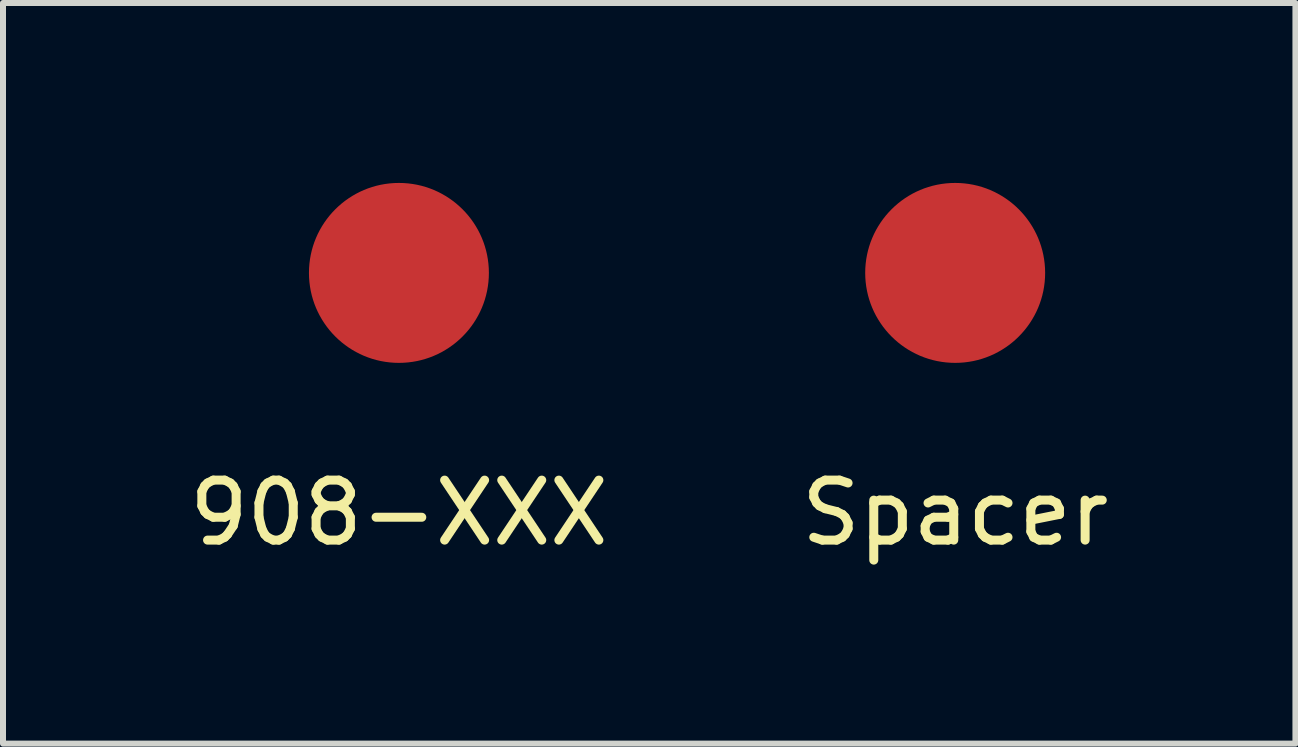
<source format=kicad_pcb>
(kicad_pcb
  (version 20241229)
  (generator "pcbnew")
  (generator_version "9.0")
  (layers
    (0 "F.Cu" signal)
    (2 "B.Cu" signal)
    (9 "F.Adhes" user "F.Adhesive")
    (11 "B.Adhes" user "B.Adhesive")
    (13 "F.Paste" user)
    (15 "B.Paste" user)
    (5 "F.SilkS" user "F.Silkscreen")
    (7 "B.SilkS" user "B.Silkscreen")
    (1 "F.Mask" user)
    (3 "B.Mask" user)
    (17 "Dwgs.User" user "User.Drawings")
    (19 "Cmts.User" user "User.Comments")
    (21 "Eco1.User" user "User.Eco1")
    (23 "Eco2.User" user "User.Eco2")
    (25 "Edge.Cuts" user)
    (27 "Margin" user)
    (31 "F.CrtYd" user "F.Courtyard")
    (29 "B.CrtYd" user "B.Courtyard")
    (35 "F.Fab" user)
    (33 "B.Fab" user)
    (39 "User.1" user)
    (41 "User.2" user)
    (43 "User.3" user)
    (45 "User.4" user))
  (footprint "908-XXX"
    (layer "F.Cu")
    (at 3.601 1.5)
    (property "Reference" "908-XXX" (at 0 4 0) (layer "F.SilkS") (effects (font (size 1 1) (thickness 0.15))))
    (attr through_hole)
    (pad "" smd circle (at 0 0) (size 3 3) (layers "F.Cu" "F.Mask" "F.Paste")))
  (footprint "Spacer"
    (layer "F.Cu")
    (at 12.875 1.5)
    (property "Reference" "Spacer" (at 0 4 0) (layer "F.SilkS") (effects (font (size 1 1) (thickness 0.15))))
    (attr through_hole)
    (pad "" smd circle (at 0 0) (size 3 3) (layers "F.Cu" "F.Mask" "F.Paste")))
  (gr_rect
    (start -3 -3)
    (end 18.548 9.348)
    (stroke (width 0.1) (type default))
    (fill no)
    (layer "Edge.Cuts")))
</source>
